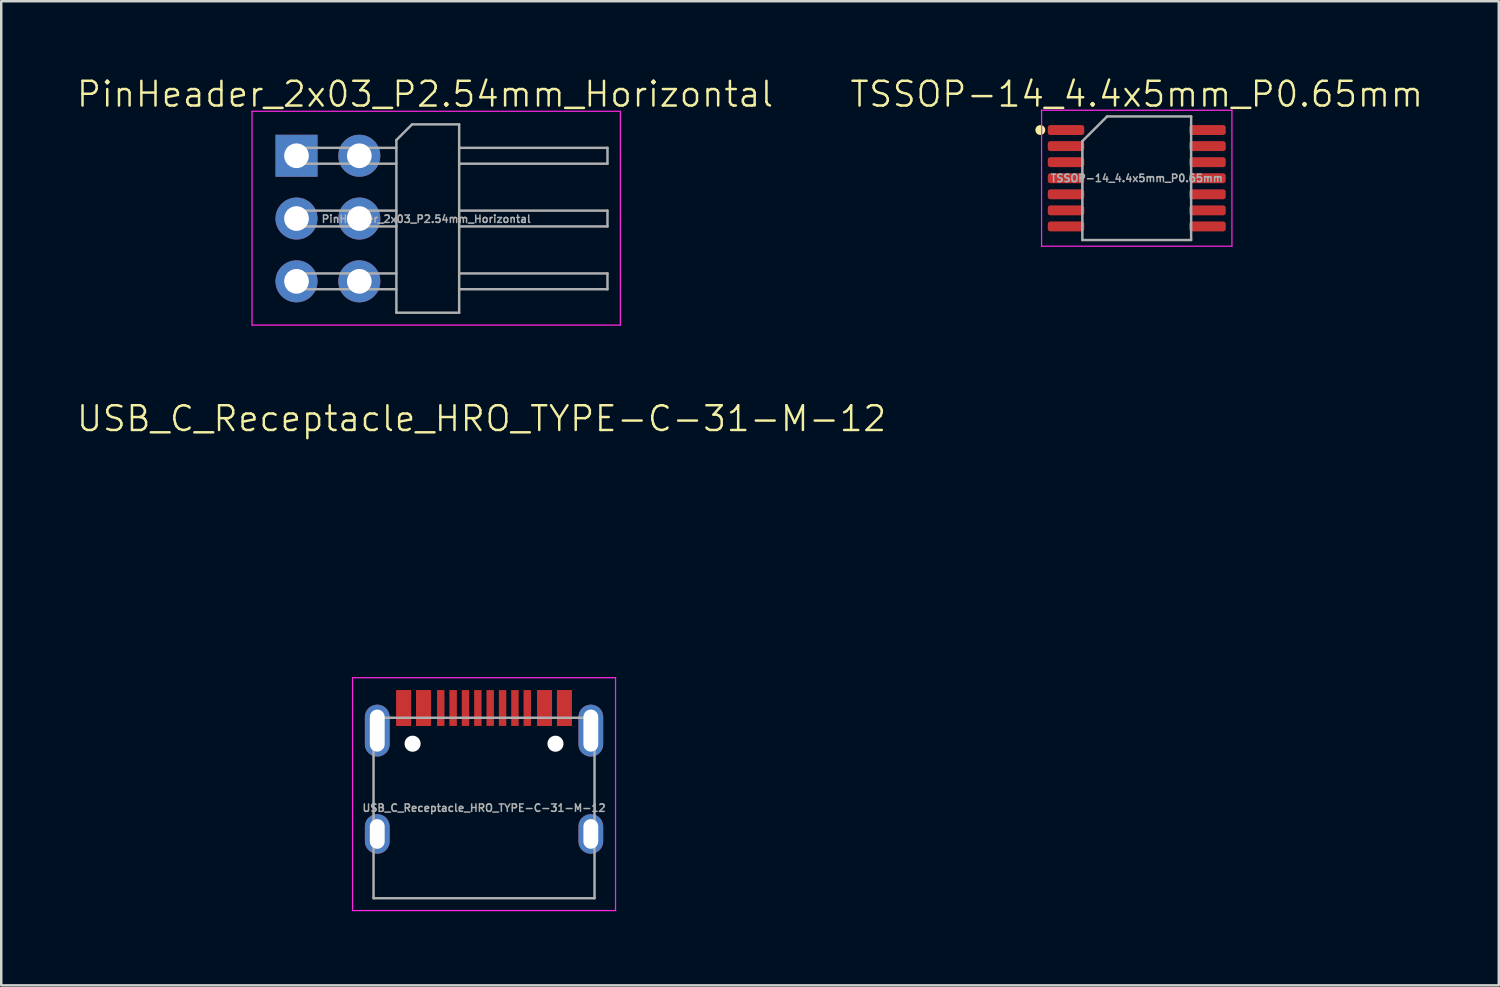
<source format=kicad_pcb>
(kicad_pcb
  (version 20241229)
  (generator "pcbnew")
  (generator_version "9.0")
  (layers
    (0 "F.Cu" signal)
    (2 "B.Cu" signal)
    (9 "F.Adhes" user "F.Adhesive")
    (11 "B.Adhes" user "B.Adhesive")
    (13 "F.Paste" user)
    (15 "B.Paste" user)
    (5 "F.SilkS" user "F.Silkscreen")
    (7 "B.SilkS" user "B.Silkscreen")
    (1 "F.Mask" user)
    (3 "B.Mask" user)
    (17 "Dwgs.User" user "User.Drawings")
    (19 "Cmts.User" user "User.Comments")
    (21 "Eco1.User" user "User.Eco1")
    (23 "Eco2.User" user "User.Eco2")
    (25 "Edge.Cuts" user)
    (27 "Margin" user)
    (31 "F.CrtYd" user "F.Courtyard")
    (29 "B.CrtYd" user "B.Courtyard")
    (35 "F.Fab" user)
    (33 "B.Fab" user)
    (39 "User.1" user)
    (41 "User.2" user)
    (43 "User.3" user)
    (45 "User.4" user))
  (footprint "TSSOP-14_4.4x5mm_P0.65mm"
    (layer "F.Cu")
    (at 42.936 4.16)
    (property "Reference" "TSSOP-14_4.4x5mm_P0.65mm" (at 0 -3.4 0) (unlocked yes) (layer "F.SilkS") (effects (font (size 1 1) (thickness 0.1))))
    (attr smd)
    (fp_circle (center -3.9 -1.95) (end -3.75 -1.95) (stroke (width 0.1) (type solid)) (fill yes) (layer "F.SilkS"))
    (fp_line (start -3.85 -2.75) (end -3.85 2.75) (stroke (width 0.05) (type solid)) (layer "F.CrtYd"))
    (fp_line (start -3.85 2.75) (end 3.85 2.75) (stroke (width 0.05) (type solid)) (layer "F.CrtYd"))
    (fp_line (start 3.85 -2.75) (end -3.85 -2.75) (stroke (width 0.05) (type solid)) (layer "F.CrtYd"))
    (fp_line (start 3.85 2.75) (end 3.85 -2.75) (stroke (width 0.05) (type solid)) (layer "F.CrtYd"))
    (fp_line (start -2.2 -1.5) (end -1.2 -2.5) (stroke (width 0.1) (type solid)) (layer "F.Fab"))
    (fp_line (start -2.2 2.5) (end -2.2 -1.5) (stroke (width 0.1) (type solid)) (layer "F.Fab"))
    (fp_line (start -1.2 -2.5) (end 2.2 -2.5) (stroke (width 0.1) (type solid)) (layer "F.Fab"))
    (fp_line (start 2.2 -2.5) (end 2.2 2.5) (stroke (width 0.1) (type solid)) (layer "F.Fab"))
    (fp_line (start 2.2 2.5) (end -2.2 2.5) (stroke (width 0.1) (type solid)) (layer "F.Fab"))
    (fp_text user "${REFERENCE}" (at 0 0 0) (layer "F.Fab") (effects (font (size 0.3 0.3) (thickness 0.06))))
    (pad "1" smd roundrect (at -2.862 -1.95) (size 1.475 0.4) (layers "F.Cu" "F.Mask" "F.Paste") (roundrect_rratio 0.25))
    (pad "2" smd roundrect (at -2.862 -1.3) (size 1.475 0.4) (layers "F.Cu" "F.Mask" "F.Paste") (roundrect_rratio 0.25))
    (pad "3" smd roundrect (at -2.862 -0.65) (size 1.475 0.4) (layers "F.Cu" "F.Mask" "F.Paste") (roundrect_rratio 0.25))
    (pad "4" smd roundrect (at -2.862 0) (size 1.475 0.4) (layers "F.Cu" "F.Mask" "F.Paste") (roundrect_rratio 0.25))
    (pad "5" smd roundrect (at -2.862 0.65) (size 1.475 0.4) (layers "F.Cu" "F.Mask" "F.Paste") (roundrect_rratio 0.25))
    (pad "6" smd roundrect (at -2.862 1.3) (size 1.475 0.4) (layers "F.Cu" "F.Mask" "F.Paste") (roundrect_rratio 0.25))
    (pad "7" smd roundrect (at -2.862 1.95) (size 1.475 0.4) (layers "F.Cu" "F.Mask" "F.Paste") (roundrect_rratio 0.25))
    (pad "8" smd roundrect (at 2.862 1.95) (size 1.475 0.4) (layers "F.Cu" "F.Mask" "F.Paste") (roundrect_rratio 0.25))
    (pad "9" smd roundrect (at 2.862 1.3) (size 1.475 0.4) (layers "F.Cu" "F.Mask" "F.Paste") (roundrect_rratio 0.25))
    (pad "10" smd roundrect (at 2.862 0.65) (size 1.475 0.4) (layers "F.Cu" "F.Mask" "F.Paste") (roundrect_rratio 0.25))
    (pad "11" smd roundrect (at 2.862 0) (size 1.475 0.4) (layers "F.Cu" "F.Mask" "F.Paste") (roundrect_rratio 0.25))
    (pad "12" smd roundrect (at 2.862 -0.65) (size 1.475 0.4) (layers "F.Cu" "F.Mask" "F.Paste") (roundrect_rratio 0.25))
    (pad "13" smd roundrect (at 2.862 -1.3) (size 1.475 0.4) (layers "F.Cu" "F.Mask" "F.Paste") (roundrect_rratio 0.25))
    (pad "14" smd roundrect (at 2.862 -1.95) (size 1.475 0.4) (layers "F.Cu" "F.Mask" "F.Paste") (roundrect_rratio 0.25)))
  (footprint "USB_C_Receptacle_HRO_TYPE-C-31-M-12"
    (layer "F.Cu")
    (at 16.531 29.636)
    (property "Reference" "USB_C_Receptacle_HRO_TYPE-C-31-M-12" (at -0.1 -15.75 0) (unlocked yes) (layer "F.SilkS") (effects (font (size 1 1) (thickness 0.1))))
    (attr smd)
    (fp_line (start -5.32 -5.27) (end -5.32 4.15) (stroke (width 0.05) (type solid)) (layer "F.CrtYd"))
    (fp_line (start -5.32 -5.27) (end 5.32 -5.27) (stroke (width 0.05) (type solid)) (layer "F.CrtYd"))
    (fp_line (start -5.32 4.15) (end 5.32 4.15) (stroke (width 0.05) (type solid)) (layer "F.CrtYd"))
    (fp_line (start 5.32 -5.27) (end 5.32 4.15) (stroke (width 0.05) (type solid)) (layer "F.CrtYd"))
    (fp_line (start -4.47 -3.65) (end -4.47 3.65) (stroke (width 0.1) (type solid)) (layer "F.Fab"))
    (fp_line (start -4.47 -3.65) (end 4.47 -3.65) (stroke (width 0.1) (type solid)) (layer "F.Fab"))
    (fp_line (start -4.47 3.65) (end 4.47 3.65) (stroke (width 0.1) (type solid)) (layer "F.Fab"))
    (fp_line (start 4.47 -3.65) (end 4.47 3.65) (stroke (width 0.1) (type solid)) (layer "F.Fab"))
    (fp_text user "${REFERENCE}" (at 0 0 0) (unlocked yes) (layer "F.Fab") (effects (font (size 0.3 0.3) (thickness 0.06))))
    (pad "" np_thru_hole circle (at -2.89 -2.6) (size 0.65 0.65) (drill 0.65) (layers "*.Cu" "*.Mask"))
    (pad "" np_thru_hole circle (at 2.89 -2.6) (size 0.65 0.65) (drill 0.65) (layers "*.Cu" "*.Mask"))
    (pad "A1" smd rect (at -3.25 -4.045) (size 0.6 1.45) (layers "F.Cu" "F.Mask" "F.Paste"))
    (pad "A4" smd rect (at -2.45 -4.045) (size 0.6 1.45) (layers "F.Cu" "F.Mask" "F.Paste"))
    (pad "A5" smd rect (at -1.25 -4.045) (size 0.3 1.45) (layers "F.Cu" "F.Mask" "F.Paste"))
    (pad "A6" smd rect (at -0.25 -4.045) (size 0.3 1.45) (layers "F.Cu" "F.Mask" "F.Paste"))
    (pad "A7" smd rect (at 0.25 -4.045) (size 0.3 1.45) (layers "F.Cu" "F.Mask" "F.Paste"))
    (pad "A8" smd rect (at 1.25 -4.045) (size 0.3 1.45) (layers "F.Cu" "F.Mask" "F.Paste"))
    (pad "A9" smd rect (at 2.45 -4.045) (size 0.6 1.45) (layers "F.Cu" "F.Mask" "F.Paste"))
    (pad "A12" smd rect (at 3.25 -4.045) (size 0.6 1.45) (layers "F.Cu" "F.Mask" "F.Paste"))
    (pad "B1" smd rect (at 3.25 -4.045) (size 0.6 1.45) (layers "F.Cu" "F.Mask" "F.Paste"))
    (pad "B4" smd rect (at 2.45 -4.045) (size 0.6 1.45) (layers "F.Cu" "F.Mask" "F.Paste"))
    (pad "B5" smd rect (at 1.75 -4.045) (size 0.3 1.45) (layers "F.Cu" "F.Mask" "F.Paste"))
    (pad "B6" smd rect (at 0.75 -4.045) (size 0.3 1.45) (layers "F.Cu" "F.Mask" "F.Paste"))
    (pad "B7" smd rect (at -0.75 -4.045) (size 0.3 1.45) (layers "F.Cu" "F.Mask" "F.Paste"))
    (pad "B8" smd rect (at -1.75 -4.045) (size 0.3 1.45) (layers "F.Cu" "F.Mask" "F.Paste"))
    (pad "B9" smd rect (at -2.45 -4.045) (size 0.6 1.45) (layers "F.Cu" "F.Mask" "F.Paste"))
    (pad "B12" smd rect (at -3.25 -4.045) (size 0.6 1.45) (layers "F.Cu" "F.Mask" "F.Paste"))
    (pad "S1" thru_hole oval (at -4.32 -3.13) (size 1 2.1) (drill oval 0.6 1.7) (layers "*.Cu" "*.Mask" "F.Paste"))
    (pad "S1" thru_hole oval (at -4.32 1.05) (size 1 1.6) (drill oval 0.6 1.2) (layers "*.Cu" "*.Mask" "F.Paste"))
    (pad "S1" thru_hole oval (at 4.32 -3.13) (size 1 2.1) (drill oval 0.6 1.7) (layers "*.Cu" "*.Mask" "F.Paste"))
    (pad "S1" thru_hole oval (at 4.32 1.05) (size 1 1.6) (drill oval 0.6 1.2) (layers "*.Cu" "*.Mask" "F.Paste")))
  (footprint "PinHeader_2x03_P2.54mm_Horizontal"
    (layer "F.Cu")
    (at 9.005 3.271)
    (property "Reference" "PinHeader_2x03_P2.54mm_Horizontal" (at 5.14 -2.51 0) (unlocked yes) (layer "F.SilkS") (effects (font (size 1 1) (thickness 0.1))))
    (attr through_hole)
    (fp_line (start -1.86 -1.82) (end -1.86 6.83) (stroke (width 0.05) (type solid)) (layer "F.CrtYd"))
    (fp_line (start -1.86 6.83) (end 13.04 6.83) (stroke (width 0.05) (type solid)) (layer "F.CrtYd"))
    (fp_line (start 13.04 -1.82) (end -1.86 -1.82) (stroke (width 0.05) (type solid)) (layer "F.CrtYd"))
    (fp_line (start 13.04 6.83) (end 13.04 -1.82) (stroke (width 0.05) (type solid)) (layer "F.CrtYd"))
    (fp_line (start -0.38 -0.34) (end -0.38 0.3) (stroke (width 0.1) (type solid)) (layer "F.Fab"))
    (fp_line (start -0.38 -0.34) (end 3.98 -0.34) (stroke (width 0.1) (type solid)) (layer "F.Fab"))
    (fp_line (start -0.38 0.3) (end 3.98 0.3) (stroke (width 0.1) (type solid)) (layer "F.Fab"))
    (fp_line (start -0.38 2.2) (end -0.38 2.84) (stroke (width 0.1) (type solid)) (layer "F.Fab"))
    (fp_line (start -0.38 2.2) (end 3.98 2.2) (stroke (width 0.1) (type solid)) (layer "F.Fab"))
    (fp_line (start -0.38 2.84) (end 3.98 2.84) (stroke (width 0.1) (type solid)) (layer "F.Fab"))
    (fp_line (start -0.38 4.74) (end -0.38 5.38) (stroke (width 0.1) (type solid)) (layer "F.Fab"))
    (fp_line (start -0.38 4.74) (end 3.98 4.74) (stroke (width 0.1) (type solid)) (layer "F.Fab"))
    (fp_line (start -0.38 5.38) (end 3.98 5.38) (stroke (width 0.1) (type solid)) (layer "F.Fab"))
    (fp_line (start 3.98 -0.655) (end 4.615 -1.29) (stroke (width 0.1) (type solid)) (layer "F.Fab"))
    (fp_line (start 3.98 6.33) (end 3.98 -0.655) (stroke (width 0.1) (type solid)) (layer "F.Fab"))
    (fp_line (start 4.615 -1.29) (end 6.52 -1.29) (stroke (width 0.1) (type solid)) (layer "F.Fab"))
    (fp_line (start 6.52 -1.29) (end 6.52 6.33) (stroke (width 0.1) (type solid)) (layer "F.Fab"))
    (fp_line (start 6.52 -0.34) (end 12.52 -0.34) (stroke (width 0.1) (type solid)) (layer "F.Fab"))
    (fp_line (start 6.52 0.3) (end 12.52 0.3) (stroke (width 0.1) (type solid)) (layer "F.Fab"))
    (fp_line (start 6.52 2.2) (end 12.52 2.2) (stroke (width 0.1) (type solid)) (layer "F.Fab"))
    (fp_line (start 6.52 2.84) (end 12.52 2.84) (stroke (width 0.1) (type solid)) (layer "F.Fab"))
    (fp_line (start 6.52 4.74) (end 12.52 4.74) (stroke (width 0.1) (type solid)) (layer "F.Fab"))
    (fp_line (start 6.52 5.38) (end 12.52 5.38) (stroke (width 0.1) (type solid)) (layer "F.Fab"))
    (fp_line (start 6.52 6.33) (end 3.98 6.33) (stroke (width 0.1) (type solid)) (layer "F.Fab"))
    (fp_line (start 12.52 -0.34) (end 12.52 0.3) (stroke (width 0.1) (type solid)) (layer "F.Fab"))
    (fp_line (start 12.52 2.2) (end 12.52 2.84) (stroke (width 0.1) (type solid)) (layer "F.Fab"))
    (fp_line (start 12.52 4.74) (end 12.52 5.38) (stroke (width 0.1) (type solid)) (layer "F.Fab"))
    (fp_text user "${REFERENCE}" (at 5.19 2.54 0) (unlocked yes) (layer "F.Fab") (effects (font (size 0.3 0.3) (thickness 0.06))))
    (pad "1" thru_hole rect (at -0.06 -0.02) (size 1.7 1.7) (drill 1) (layers "*.Cu" "*.Mask"))
    (pad "2" thru_hole oval (at 2.48 -0.02) (size 1.7 1.7) (drill 1) (layers "*.Cu" "*.Mask"))
    (pad "3" thru_hole oval (at -0.06 2.52) (size 1.7 1.7) (drill 1) (layers "*.Cu" "*.Mask"))
    (pad "4" thru_hole oval (at 2.48 2.52) (size 1.7 1.7) (drill 1) (layers "*.Cu" "*.Mask"))
    (pad "5" thru_hole oval (at -0.06 5.06) (size 1.7 1.7) (drill 1) (layers "*.Cu" "*.Mask"))
    (pad "6" thru_hole oval (at 2.48 5.06) (size 1.7 1.7) (drill 1) (layers "*.Cu" "*.Mask")))
  (gr_rect
    (start -3 -3)
    (end 57.581 36.811)
    (stroke (width 0.1) (type default))
    (fill no)
    (layer "Edge.Cuts")))
</source>
